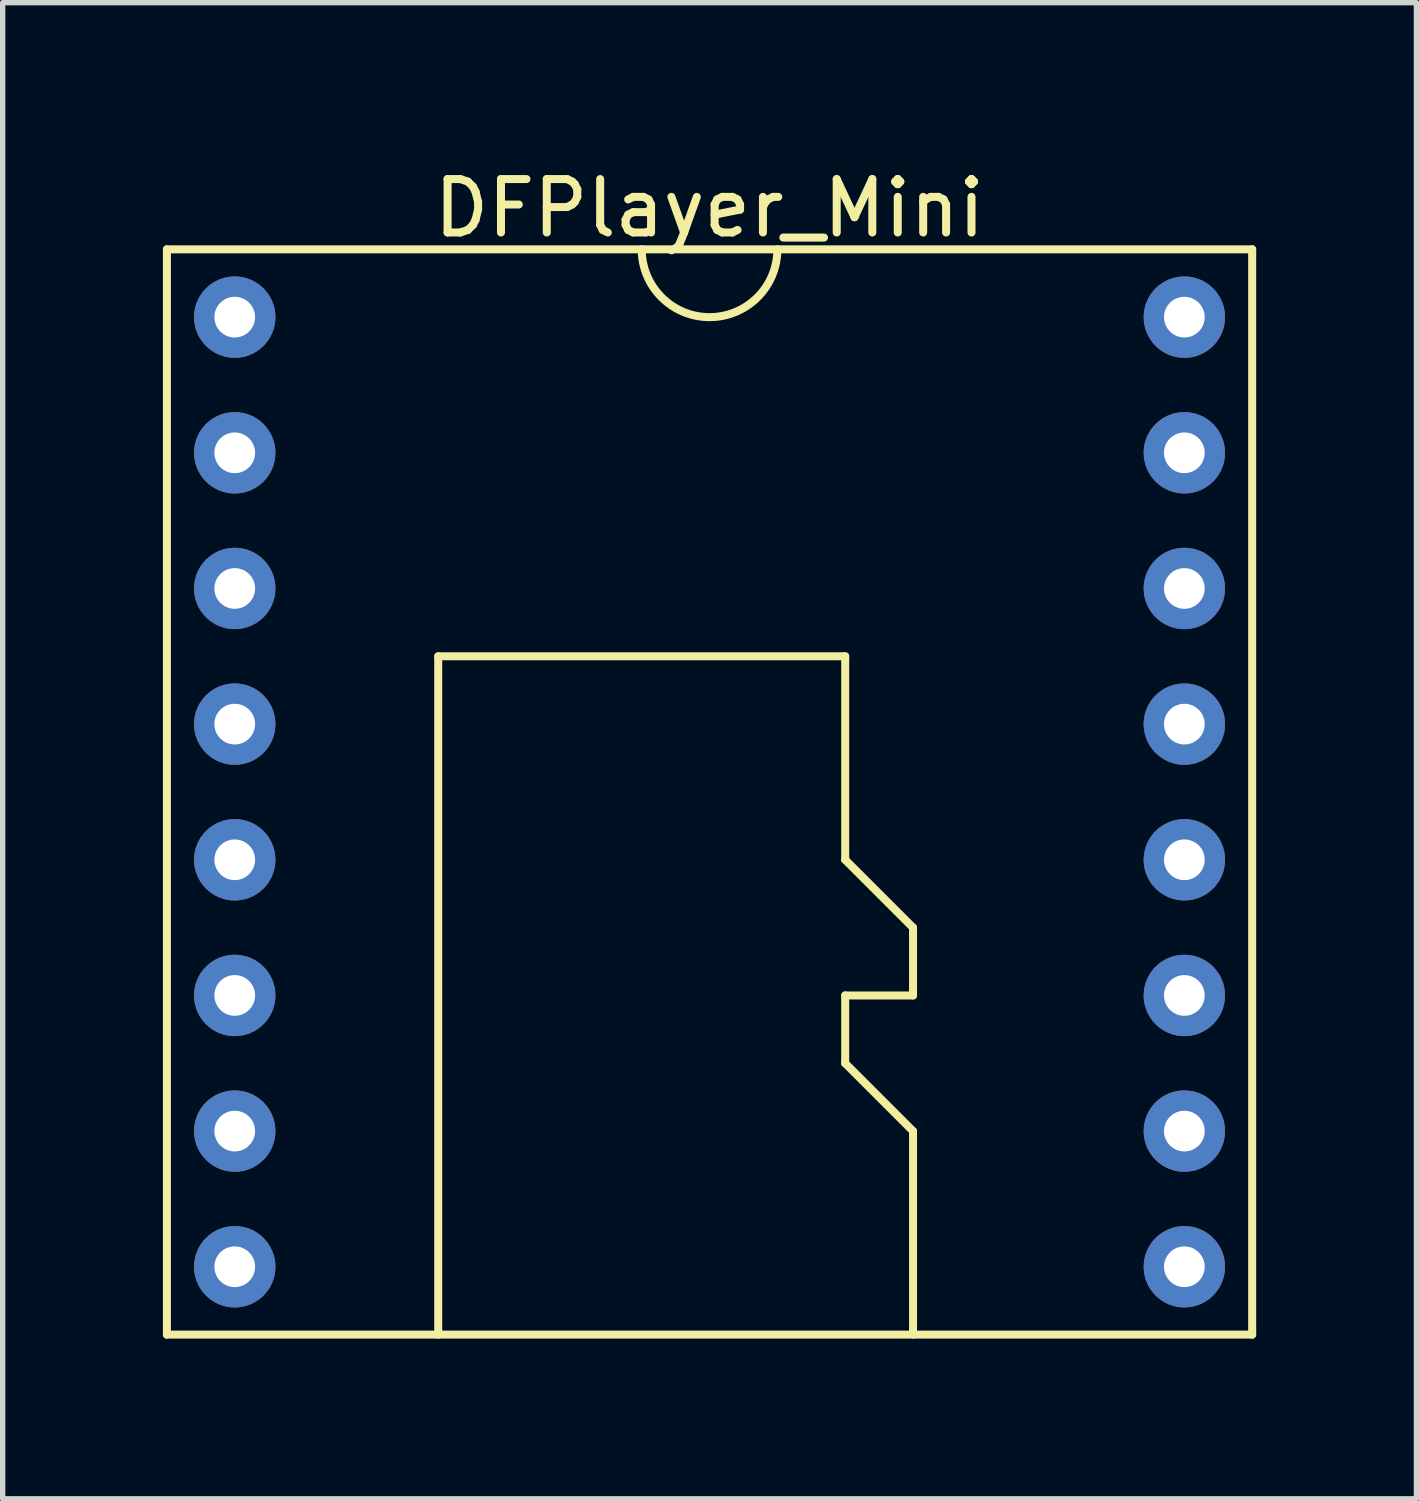
<source format=kicad_pcb>
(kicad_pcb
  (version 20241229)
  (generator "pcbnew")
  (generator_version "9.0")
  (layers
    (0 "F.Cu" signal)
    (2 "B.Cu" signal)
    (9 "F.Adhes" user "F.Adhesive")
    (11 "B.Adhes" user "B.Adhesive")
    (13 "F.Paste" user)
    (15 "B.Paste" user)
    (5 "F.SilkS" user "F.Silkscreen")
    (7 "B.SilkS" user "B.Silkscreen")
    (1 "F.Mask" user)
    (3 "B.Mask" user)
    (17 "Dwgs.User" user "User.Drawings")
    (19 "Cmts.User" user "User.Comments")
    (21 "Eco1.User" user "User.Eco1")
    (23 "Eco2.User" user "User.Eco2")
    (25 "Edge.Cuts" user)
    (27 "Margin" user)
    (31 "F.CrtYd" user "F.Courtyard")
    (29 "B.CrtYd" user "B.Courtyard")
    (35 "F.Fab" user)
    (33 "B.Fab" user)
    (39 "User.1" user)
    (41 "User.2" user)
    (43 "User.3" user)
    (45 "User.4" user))
  (footprint "DFPlayer_Mini"
    (layer "F.Cu")
    (at 10.235 0.348)
    (property "Reference" "DFPlayer_Mini" (at 0 0.5 0) (layer "F.SilkS") (effects (font (size 1 1) (thickness 0.15))))
    (attr through_hole)
    (fp_line (start -10.16 1.27) (end -10.16 21.59) (stroke (width 0.15) (type solid)) (layer "F.SilkS"))
    (fp_line (start -10.16 21.59) (end 10.16 21.59) (stroke (width 0.15) (type solid)) (layer "F.SilkS"))
    (fp_line (start -5.08 8.89) (end 2.54 8.89) (stroke (width 0.15) (type solid)) (layer "F.SilkS"))
    (fp_line (start -5.08 21.59) (end -5.08 8.89) (stroke (width 0.15) (type solid)) (layer "F.SilkS"))
    (fp_line (start 2.54 8.89) (end 2.54 12.7) (stroke (width 0.15) (type solid)) (layer "F.SilkS"))
    (fp_line (start 2.54 12.7) (end 3.81 13.97) (stroke (width 0.15) (type solid)) (layer "F.SilkS"))
    (fp_line (start 2.54 15.24) (end 2.54 16.51) (stroke (width 0.15) (type solid)) (layer "F.SilkS"))
    (fp_line (start 2.54 16.51) (end 3.81 17.78) (stroke (width 0.15) (type solid)) (layer "F.SilkS"))
    (fp_line (start 3.81 13.97) (end 3.81 15.24) (stroke (width 0.15) (type solid)) (layer "F.SilkS"))
    (fp_line (start 3.81 15.24) (end 2.54 15.24) (stroke (width 0.15) (type solid)) (layer "F.SilkS"))
    (fp_line (start 3.81 17.78) (end 3.81 21.59) (stroke (width 0.15) (type solid)) (layer "F.SilkS"))
    (fp_line (start 10.16 1.27) (end -10.16 1.27) (stroke (width 0.15) (type solid)) (layer "F.SilkS"))
    (fp_line (start 10.16 21.59) (end 10.16 1.27) (stroke (width 0.15) (type solid)) (layer "F.SilkS"))
    (fp_arc (start 1.27 1.27) (mid 0 2.54) (end -1.27 1.27) (stroke (width 0.15) (type solid)) (layer "F.SilkS"))
    (pad "1" thru_hole circle (at -8.89 2.54) (size 1.524 1.524) (drill 0.762) (layers "*.Cu" "*.Mask"))
    (pad "2" thru_hole circle (at -8.89 5.08) (size 1.524 1.524) (drill 0.762) (layers "*.Cu" "*.Mask"))
    (pad "3" thru_hole circle (at -8.89 7.62) (size 1.524 1.524) (drill 0.762) (layers "*.Cu" "*.Mask"))
    (pad "4" thru_hole circle (at -8.89 10.16) (size 1.524 1.524) (drill 0.762) (layers "*.Cu" "*.Mask"))
    (pad "5" thru_hole circle (at -8.89 12.7) (size 1.524 1.524) (drill 0.762) (layers "*.Cu" "*.Mask"))
    (pad "6" thru_hole circle (at -8.89 15.24) (size 1.524 1.524) (drill 0.762) (layers "*.Cu" "*.Mask"))
    (pad "7" thru_hole circle (at -8.89 17.78) (size 1.524 1.524) (drill 0.762) (layers "*.Cu" "*.Mask"))
    (pad "8" thru_hole circle (at -8.89 20.32) (size 1.524 1.524) (drill 0.762) (layers "*.Cu" "*.Mask"))
    (pad "9" thru_hole circle (at 8.89 20.32) (size 1.524 1.524) (drill 0.762) (layers "*.Cu" "*.Mask"))
    (pad "10" thru_hole circle (at 8.89 17.78) (size 1.524 1.524) (drill 0.762) (layers "*.Cu" "*.Mask"))
    (pad "11" thru_hole circle (at 8.89 15.24) (size 1.524 1.524) (drill 0.762) (layers "*.Cu" "*.Mask"))
    (pad "12" thru_hole circle (at 8.89 12.7) (size 1.524 1.524) (drill 0.762) (layers "*.Cu" "*.Mask"))
    (pad "13" thru_hole circle (at 8.89 10.16) (size 1.524 1.524) (drill 0.762) (layers "*.Cu" "*.Mask"))
    (pad "14" thru_hole circle (at 8.89 7.62) (size 1.524 1.524) (drill 0.762) (layers "*.Cu" "*.Mask"))
    (pad "15" thru_hole circle (at 8.89 5.08) (size 1.524 1.524) (drill 0.762) (layers "*.Cu" "*.Mask"))
    (pad "16" thru_hole circle (at 8.89 2.54) (size 1.524 1.524) (drill 0.762) (layers "*.Cu" "*.Mask")))
  (gr_rect
    (start -3 -3)
    (end 23.47 25.013)
    (stroke (width 0.1) (type default))
    (fill no)
    (layer "Edge.Cuts")))
</source>
